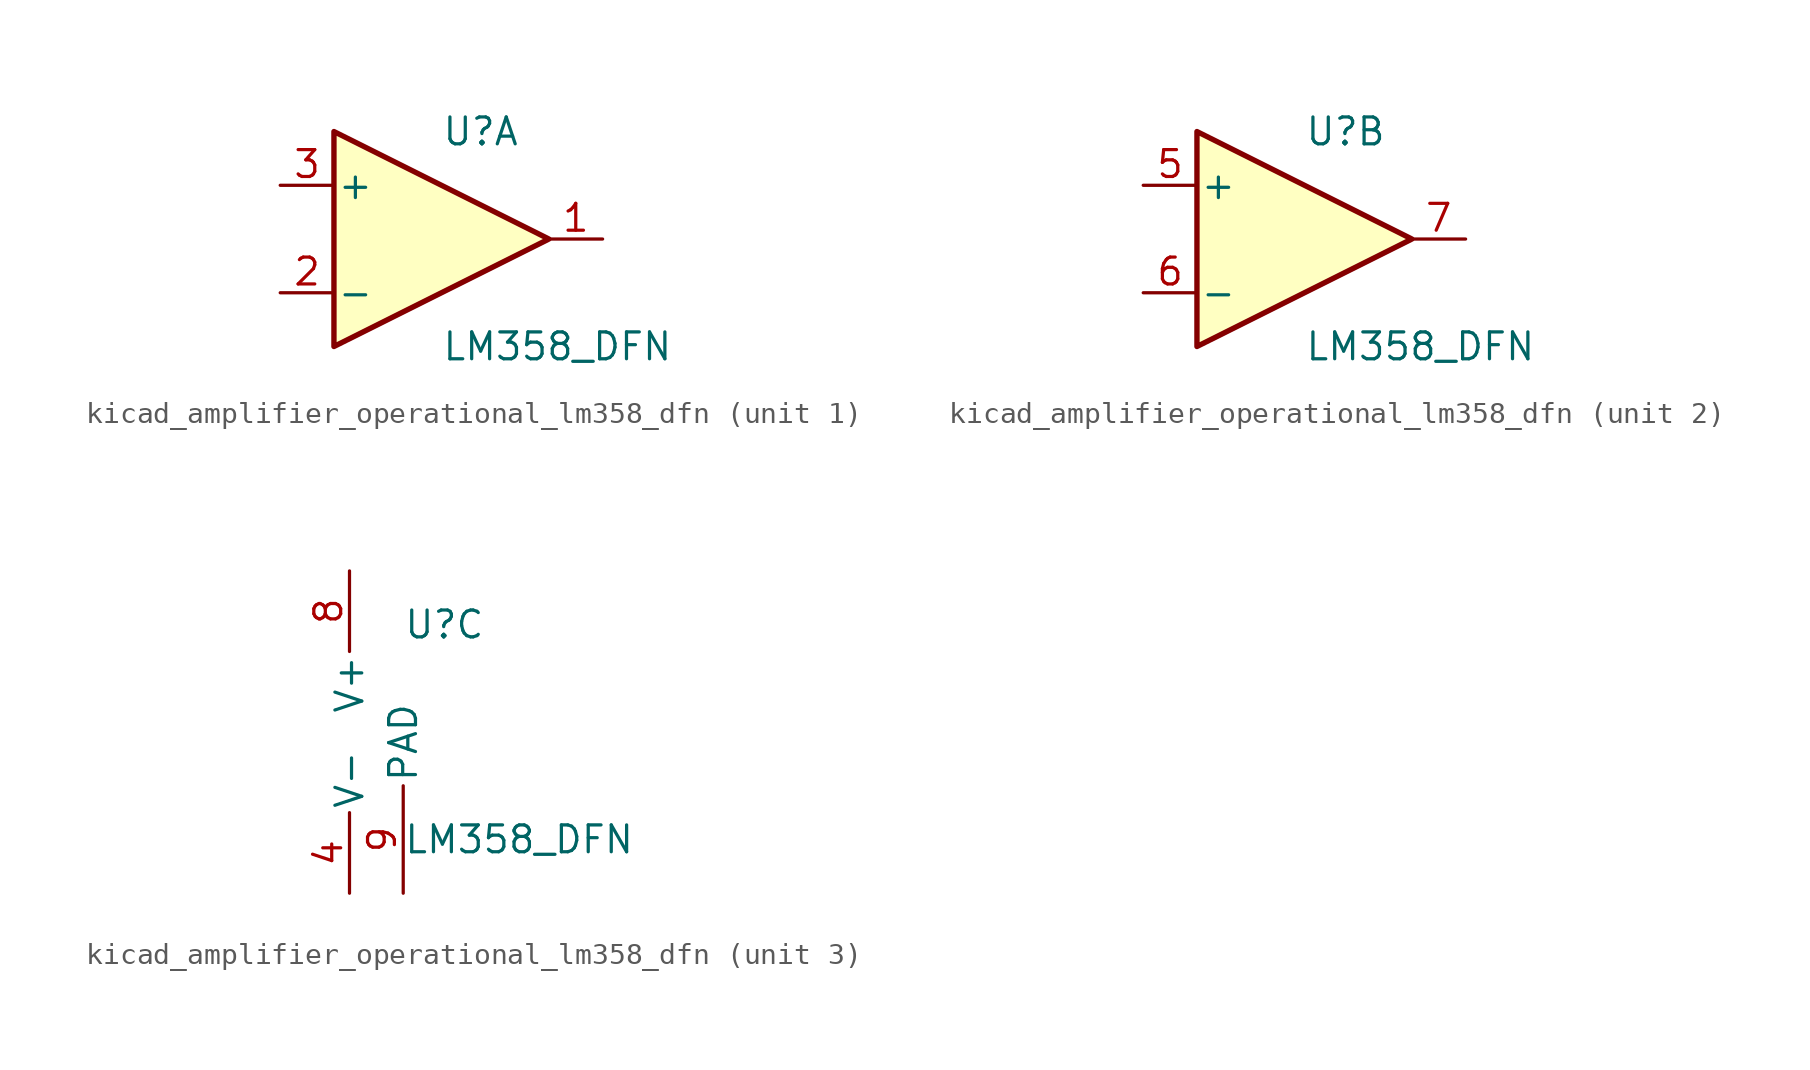
<source format=kicad_sym>
(kicad_symbol_lib
  (version 20220914)
  (generator kicad_symbol_editor)
  (symbol "kicad_amplifier_operational_lm358_dfn"
    (pin_names
      (offset 0.127))
    (property "Reference" "U"
      (at 0 5.08 0)
      (effects (font (size 1.27 1.27)) (justify left)))
    (property "Value" "LM358_DFN"
      (at 0 -5.08 0)
      (effects (font (size 1.27 1.27)) (justify left)))
    (property "ki_locked" ""
      (at 0 0 0)
      (effects (font (size 1.27 1.27))))
    (symbol "kicad_amplifier_operational_lm358_dfn_1_1"
      (polyline (pts (xy -5.08 5.08) (xy 5.08 0) (xy -5.08 -5.08) (xy -5.08 5.08)) (stroke (width 0.254) (type default)) (fill (type background)))
      (pin output line (at 7.62 0 180) (length 2.54) (name "~" (effects (font (size 1.27 1.27)))) (number "1" (effects (font (size 1.27 1.27)))))
      (pin input line (at -7.62 -2.54 0) (length 2.54) (name "-" (effects (font (size 1.27 1.27)))) (number "2" (effects (font (size 1.27 1.27)))))
      (pin input line (at -7.62 2.54 0) (length 2.54) (name "+" (effects (font (size 1.27 1.27)))) (number "3" (effects (font (size 1.27 1.27))))))
    (symbol "kicad_amplifier_operational_lm358_dfn_2_1"
      (polyline (pts (xy -5.08 5.08) (xy 5.08 0) (xy -5.08 -5.08) (xy -5.08 5.08)) (stroke (width 0.254) (type default)) (fill (type background)))
      (pin input line (at -7.62 2.54 0) (length 2.54) (name "+" (effects (font (size 1.27 1.27)))) (number "5" (effects (font (size 1.27 1.27)))))
      (pin input line (at -7.62 -2.54 0) (length 2.54) (name "-" (effects (font (size 1.27 1.27)))) (number "6" (effects (font (size 1.27 1.27)))))
      (pin output line (at 7.62 0 180) (length 2.54) (name "~" (effects (font (size 1.27 1.27)))) (number "7" (effects (font (size 1.27 1.27))))))
    (symbol "kicad_amplifier_operational_lm358_dfn_3_1"
      (pin power_in line (at -2.54 -7.62 90) (length 3.81) (name "V-" (effects (font (size 1.27 1.27)))) (number "4" (effects (font (size 1.27 1.27)))))
      (pin power_in line (at -2.54 7.62 270) (length 3.81) (name "V+" (effects (font (size 1.27 1.27)))) (number "8" (effects (font (size 1.27 1.27)))))
      (pin power_in line (at 0 -7.62 90) (length 5.08) (name "PAD" (effects (font (size 1.27 1.27)))) (number "9" (effects (font (size 1.27 1.27))))))))
</source>
